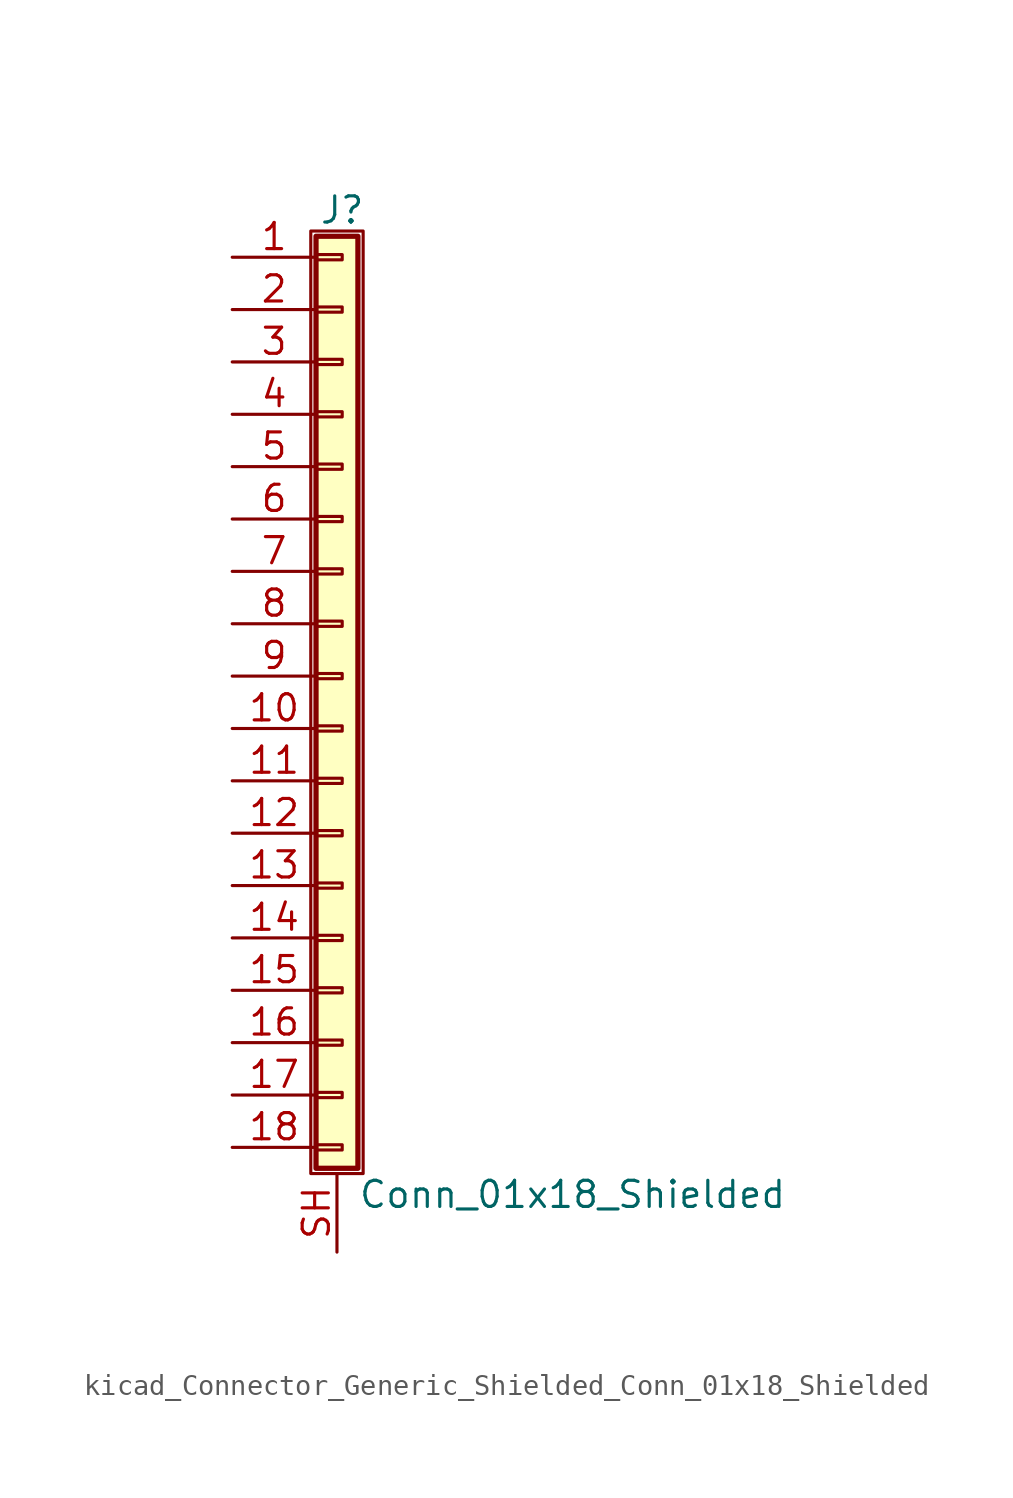
<source format=kicad_sym>
(kicad_symbol_lib
  (version 20220914)
  (generator kicad_symbol_editor)
  (symbol "kicad_Connector_Generic_Shielded_Conn_01x18_Shielded"
    (pin_names
      (offset 1.016) hide)
    (property "Reference" "J"
      (at 0.254 22.606 0)
      (effects (font (size 1.27 1.27))))
    (property "Value" "Conn_01x18_Shielded"
      (at 1.016 -25.146 0)
      (effects (font (size 1.27 1.27)) (justify left)))
    (symbol "kicad_Connector_Generic_Shielded_Conn_01x18_Shielded_1_1"
      (rectangle (start -1.27 21.59) (end 1.27 -24.13) (stroke (width 0.152) (type default)) (fill (type none)))
      (rectangle (start -1.016 -22.733) (end 0.254 -22.987) (stroke (width 0.152) (type default)) (fill (type none)))
      (rectangle (start -1.016 -20.193) (end 0.254 -20.447) (stroke (width 0.152) (type default)) (fill (type none)))
      (rectangle (start -1.016 -17.653) (end 0.254 -17.907) (stroke (width 0.152) (type default)) (fill (type none)))
      (rectangle (start -1.016 -15.113) (end 0.254 -15.367) (stroke (width 0.152) (type default)) (fill (type none)))
      (rectangle (start -1.016 -12.573) (end 0.254 -12.827) (stroke (width 0.152) (type default)) (fill (type none)))
      (rectangle (start -1.016 -10.033) (end 0.254 -10.287) (stroke (width 0.152) (type default)) (fill (type none)))
      (rectangle (start -1.016 -7.493) (end 0.254 -7.747) (stroke (width 0.152) (type default)) (fill (type none)))
      (rectangle (start -1.016 -4.953) (end 0.254 -5.207) (stroke (width 0.152) (type default)) (fill (type none)))
      (rectangle (start -1.016 -2.413) (end 0.254 -2.667) (stroke (width 0.152) (type default)) (fill (type none)))
      (rectangle (start -1.016 0.127) (end 0.254 -0.127) (stroke (width 0.152) (type default)) (fill (type none)))
      (rectangle (start -1.016 2.667) (end 0.254 2.413) (stroke (width 0.152) (type default)) (fill (type none)))
      (rectangle (start -1.016 5.207) (end 0.254 4.953) (stroke (width 0.152) (type default)) (fill (type none)))
      (rectangle (start -1.016 7.747) (end 0.254 7.493) (stroke (width 0.152) (type default)) (fill (type none)))
      (rectangle (start -1.016 10.287) (end 0.254 10.033) (stroke (width 0.152) (type default)) (fill (type none)))
      (rectangle (start -1.016 12.827) (end 0.254 12.573) (stroke (width 0.152) (type default)) (fill (type none)))
      (rectangle (start -1.016 15.367) (end 0.254 15.113) (stroke (width 0.152) (type default)) (fill (type none)))
      (rectangle (start -1.016 17.907) (end 0.254 17.653) (stroke (width 0.152) (type default)) (fill (type none)))
      (rectangle (start -1.016 20.447) (end 0.254 20.193) (stroke (width 0.152) (type default)) (fill (type none)))
      (rectangle (start -1.016 21.336) (end 1.016 -23.876) (stroke (width 0.254) (type default)) (fill (type background)))
      (pin passive line (at -5.08 20.32 0) (length 4.064) (name "Pin_1" (effects (font (size 1.27 1.27)))) (number "1" (effects (font (size 1.27 1.27)))))
      (pin passive line (at -5.08 -2.54 0) (length 4.064) (name "Pin_10" (effects (font (size 1.27 1.27)))) (number "10" (effects (font (size 1.27 1.27)))))
      (pin passive line (at -5.08 -5.08 0) (length 4.064) (name "Pin_11" (effects (font (size 1.27 1.27)))) (number "11" (effects (font (size 1.27 1.27)))))
      (pin passive line (at -5.08 -7.62 0) (length 4.064) (name "Pin_12" (effects (font (size 1.27 1.27)))) (number "12" (effects (font (size 1.27 1.27)))))
      (pin passive line (at -5.08 -10.16 0) (length 4.064) (name "Pin_13" (effects (font (size 1.27 1.27)))) (number "13" (effects (font (size 1.27 1.27)))))
      (pin passive line (at -5.08 -12.7 0) (length 4.064) (name "Pin_14" (effects (font (size 1.27 1.27)))) (number "14" (effects (font (size 1.27 1.27)))))
      (pin passive line (at -5.08 -15.24 0) (length 4.064) (name "Pin_15" (effects (font (size 1.27 1.27)))) (number "15" (effects (font (size 1.27 1.27)))))
      (pin passive line (at -5.08 -17.78 0) (length 4.064) (name "Pin_16" (effects (font (size 1.27 1.27)))) (number "16" (effects (font (size 1.27 1.27)))))
      (pin passive line (at -5.08 -20.32 0) (length 4.064) (name "Pin_17" (effects (font (size 1.27 1.27)))) (number "17" (effects (font (size 1.27 1.27)))))
      (pin passive line (at -5.08 -22.86 0) (length 4.064) (name "Pin_18" (effects (font (size 1.27 1.27)))) (number "18" (effects (font (size 1.27 1.27)))))
      (pin passive line (at -5.08 17.78 0) (length 4.064) (name "Pin_2" (effects (font (size 1.27 1.27)))) (number "2" (effects (font (size 1.27 1.27)))))
      (pin passive line (at -5.08 15.24 0) (length 4.064) (name "Pin_3" (effects (font (size 1.27 1.27)))) (number "3" (effects (font (size 1.27 1.27)))))
      (pin passive line (at -5.08 12.7 0) (length 4.064) (name "Pin_4" (effects (font (size 1.27 1.27)))) (number "4" (effects (font (size 1.27 1.27)))))
      (pin passive line (at -5.08 10.16 0) (length 4.064) (name "Pin_5" (effects (font (size 1.27 1.27)))) (number "5" (effects (font (size 1.27 1.27)))))
      (pin passive line (at -5.08 7.62 0) (length 4.064) (name "Pin_6" (effects (font (size 1.27 1.27)))) (number "6" (effects (font (size 1.27 1.27)))))
      (pin passive line (at -5.08 5.08 0) (length 4.064) (name "Pin_7" (effects (font (size 1.27 1.27)))) (number "7" (effects (font (size 1.27 1.27)))))
      (pin passive line (at -5.08 2.54 0) (length 4.064) (name "Pin_8" (effects (font (size 1.27 1.27)))) (number "8" (effects (font (size 1.27 1.27)))))
      (pin passive line (at -5.08 0 0) (length 4.064) (name "Pin_9" (effects (font (size 1.27 1.27)))) (number "9" (effects (font (size 1.27 1.27)))))
      (pin passive line (at 0 -27.94 90) (length 3.81) (name "Shield" (effects (font (size 1.27 1.27)))) (number "SH" (effects (font (size 1.27 1.27))))))))
</source>
